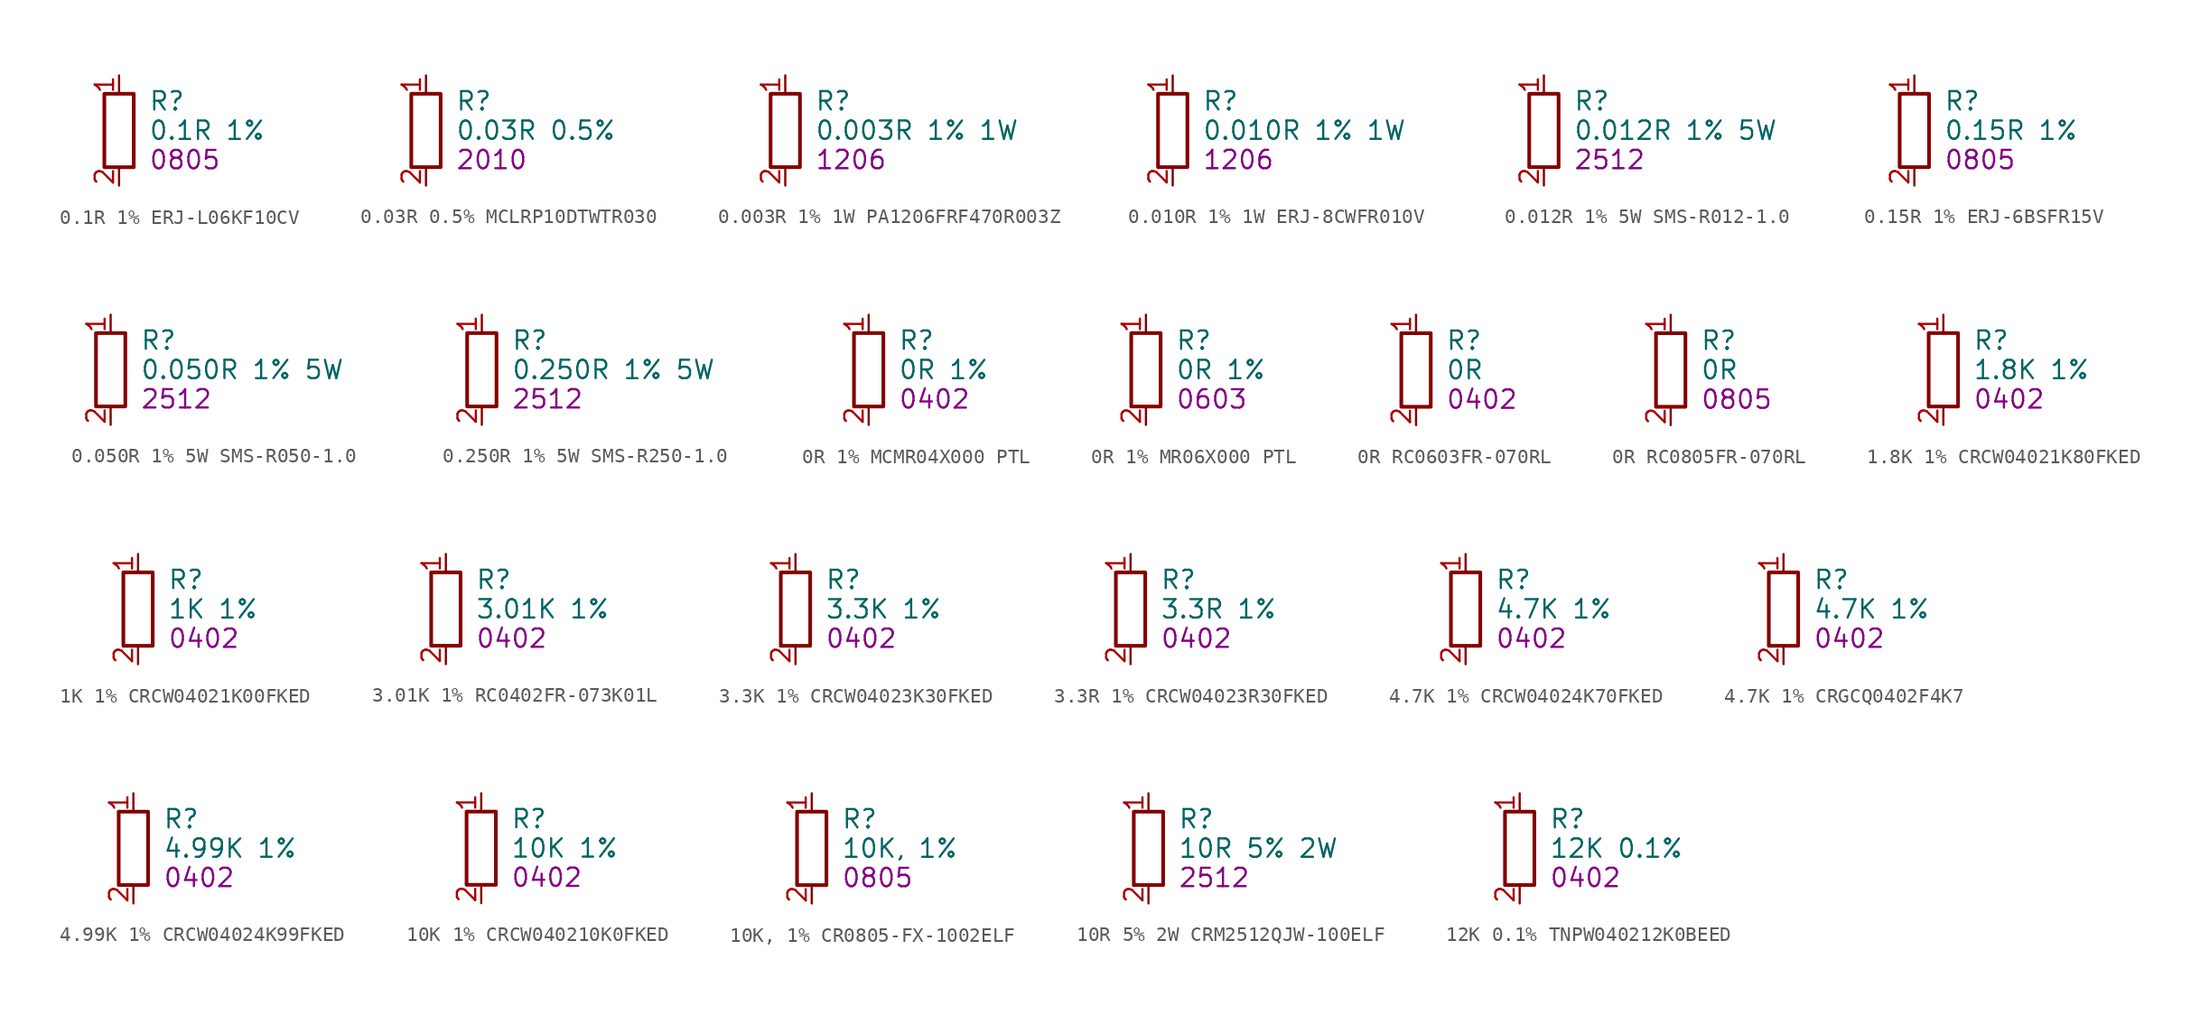
<source format=kicad_sym>
(kicad_symbol_lib
  (version 20241209)
  (generator "dmtdb")
  (generator_version "1.0")
  (symbol "0.1R 1% ERJ-L06KF10CV"
    (property "Reference" "R"
      (at 2.032 2.032 0)
      (effects (font (size 1.27 1.27)) (justify left)))
    (property "Value" "0.1R 1%"
      (at 2.032 0 0)
      (effects (font (size 1.27 1.27)) (justify left)))
    (property "FOOTPRINT_SHORT" "0805"
      (at 2.032 -2.032 0)
      (effects (font (size 1.27 1.27)) (justify left)))
    (symbol "0.1R 1% ERJ-L06KF10CV_0_1"
      (rectangle (start -1.016 2.54) (end 1.016 -2.54) (stroke (width 0.254) (type default)) (fill (type none))))
    (symbol "0.1R 1% ERJ-L06KF10CV_1_1"
      (pin passive line (at 0 3.81 270) (length 1.27) (name "~" (effects (font (size 1.27 1.27)))) (number "1" (effects (font (size 1.27 1.27)))))
      (pin passive line (at 0 -3.81 90) (length 1.27) (name "~" (effects (font (size 1.27 1.27)))) (number "2" (effects (font (size 1.27 1.27)))))))
  (symbol "0.03R 0.5% MCLRP10DTWTR030"
    (property "Reference" "R"
      (at 2.032 2.032 0)
      (effects (font (size 1.27 1.27)) (justify left)))
    (property "Value" "0.03R 0.5%"
      (at 2.032 0 0)
      (effects (font (size 1.27 1.27)) (justify left)))
    (property "FOOTPRINT_SHORT" "2010"
      (at 2.032 -2.032 0)
      (effects (font (size 1.27 1.27)) (justify left)))
    (symbol "0.03R 0.5% MCLRP10DTWTR030_0_1"
      (rectangle (start -1.016 2.54) (end 1.016 -2.54) (stroke (width 0.254) (type default)) (fill (type none))))
    (symbol "0.03R 0.5% MCLRP10DTWTR030_1_1"
      (pin passive line (at 0 3.81 270) (length 1.27) (name "~" (effects (font (size 1.27 1.27)))) (number "1" (effects (font (size 1.27 1.27)))))
      (pin passive line (at 0 -3.81 90) (length 1.27) (name "~" (effects (font (size 1.27 1.27)))) (number "2" (effects (font (size 1.27 1.27)))))))
  (symbol "0.003R 1% 1W PA1206FRF470R003Z"
    (property "Reference" "R"
      (at 2.032 2.032 0)
      (effects (font (size 1.27 1.27)) (justify left)))
    (property "Value" "0.003R 1% 1W"
      (at 2.032 0 0)
      (effects (font (size 1.27 1.27)) (justify left)))
    (property "FOOTPRINT_SHORT" "1206"
      (at 2.032 -2.032 0)
      (effects (font (size 1.27 1.27)) (justify left)))
    (symbol "0.003R 1% 1W PA1206FRF470R003Z_0_1"
      (rectangle (start -1.016 2.54) (end 1.016 -2.54) (stroke (width 0.254) (type default)) (fill (type none))))
    (symbol "0.003R 1% 1W PA1206FRF470R003Z_1_1"
      (pin passive line (at 0 3.81 270) (length 1.27) (name "~" (effects (font (size 1.27 1.27)))) (number "1" (effects (font (size 1.27 1.27)))))
      (pin passive line (at 0 -3.81 90) (length 1.27) (name "~" (effects (font (size 1.27 1.27)))) (number "2" (effects (font (size 1.27 1.27)))))))
  (symbol "0.010R 1% 1W ERJ-8CWFR010V"
    (property "Reference" "R"
      (at 2.032 2.032 0)
      (effects (font (size 1.27 1.27)) (justify left)))
    (property "Value" "0.010R 1% 1W"
      (at 2.032 0 0)
      (effects (font (size 1.27 1.27)) (justify left)))
    (property "FOOTPRINT_SHORT" "1206"
      (at 2.032 -2.032 0)
      (effects (font (size 1.27 1.27)) (justify left)))
    (symbol "0.010R 1% 1W ERJ-8CWFR010V_0_1"
      (rectangle (start -1.016 2.54) (end 1.016 -2.54) (stroke (width 0.254) (type default)) (fill (type none))))
    (symbol "0.010R 1% 1W ERJ-8CWFR010V_1_1"
      (pin passive line (at 0 3.81 270) (length 1.27) (name "~" (effects (font (size 1.27 1.27)))) (number "1" (effects (font (size 1.27 1.27)))))
      (pin passive line (at 0 -3.81 90) (length 1.27) (name "~" (effects (font (size 1.27 1.27)))) (number "2" (effects (font (size 1.27 1.27)))))))
  (symbol "0.012R 1% 5W SMS-R012-1.0"
    (property "Reference" "R"
      (at 2.032 2.032 0)
      (effects (font (size 1.27 1.27)) (justify left)))
    (property "Value" "0.012R 1% 5W"
      (at 2.032 0 0)
      (effects (font (size 1.27 1.27)) (justify left)))
    (property "FOOTPRINT_SHORT" "2512"
      (at 2.032 -2.032 0)
      (effects (font (size 1.27 1.27)) (justify left)))
    (symbol "0.012R 1% 5W SMS-R012-1.0_0_1"
      (rectangle (start -1.016 2.54) (end 1.016 -2.54) (stroke (width 0.254) (type default)) (fill (type none))))
    (symbol "0.012R 1% 5W SMS-R012-1.0_1_1"
      (pin passive line (at 0 3.81 270) (length 1.27) (name "~" (effects (font (size 1.27 1.27)))) (number "1" (effects (font (size 1.27 1.27)))))
      (pin passive line (at 0 -3.81 90) (length 1.27) (name "~" (effects (font (size 1.27 1.27)))) (number "2" (effects (font (size 1.27 1.27)))))))
  (symbol "0.15R 1% ERJ-6BSFR15V"
    (property "Reference" "R"
      (at 2.032 2.032 0)
      (effects (font (size 1.27 1.27)) (justify left)))
    (property "Value" "0.15R 1%"
      (at 2.032 0 0)
      (effects (font (size 1.27 1.27)) (justify left)))
    (property "FOOTPRINT_SHORT" "0805"
      (at 2.032 -2.032 0)
      (effects (font (size 1.27 1.27)) (justify left)))
    (symbol "0.15R 1% ERJ-6BSFR15V_0_1"
      (rectangle (start -1.016 2.54) (end 1.016 -2.54) (stroke (width 0.254) (type default)) (fill (type none))))
    (symbol "0.15R 1% ERJ-6BSFR15V_1_1"
      (pin passive line (at 0 3.81 270) (length 1.27) (name "~" (effects (font (size 1.27 1.27)))) (number "1" (effects (font (size 1.27 1.27)))))
      (pin passive line (at 0 -3.81 90) (length 1.27) (name "~" (effects (font (size 1.27 1.27)))) (number "2" (effects (font (size 1.27 1.27)))))))
  (symbol "0.050R 1% 5W SMS-R050-1.0"
    (property "Reference" "R"
      (at 2.032 2.032 0)
      (effects (font (size 1.27 1.27)) (justify left)))
    (property "Value" "0.050R 1% 5W"
      (at 2.032 0 0)
      (effects (font (size 1.27 1.27)) (justify left)))
    (property "FOOTPRINT_SHORT" "2512"
      (at 2.032 -2.032 0)
      (effects (font (size 1.27 1.27)) (justify left)))
    (symbol "0.050R 1% 5W SMS-R050-1.0_0_1"
      (rectangle (start -1.016 2.54) (end 1.016 -2.54) (stroke (width 0.254) (type default)) (fill (type none))))
    (symbol "0.050R 1% 5W SMS-R050-1.0_1_1"
      (pin passive line (at 0 3.81 270) (length 1.27) (name "~" (effects (font (size 1.27 1.27)))) (number "1" (effects (font (size 1.27 1.27)))))
      (pin passive line (at 0 -3.81 90) (length 1.27) (name "~" (effects (font (size 1.27 1.27)))) (number "2" (effects (font (size 1.27 1.27)))))))
  (symbol "0.250R 1% 5W SMS-R250-1.0"
    (property "Reference" "R"
      (at 2.032 2.032 0)
      (effects (font (size 1.27 1.27)) (justify left)))
    (property "Value" "0.250R 1% 5W"
      (at 2.032 0 0)
      (effects (font (size 1.27 1.27)) (justify left)))
    (property "FOOTPRINT_SHORT" "2512"
      (at 2.032 -2.032 0)
      (effects (font (size 1.27 1.27)) (justify left)))
    (symbol "0.250R 1% 5W SMS-R250-1.0_0_1"
      (rectangle (start -1.016 2.54) (end 1.016 -2.54) (stroke (width 0.254) (type default)) (fill (type none))))
    (symbol "0.250R 1% 5W SMS-R250-1.0_1_1"
      (pin passive line (at 0 3.81 270) (length 1.27) (name "~" (effects (font (size 1.27 1.27)))) (number "1" (effects (font (size 1.27 1.27)))))
      (pin passive line (at 0 -3.81 90) (length 1.27) (name "~" (effects (font (size 1.27 1.27)))) (number "2" (effects (font (size 1.27 1.27)))))))
  (symbol "0R 1% MCMR04X000 PTL"
    (property "Reference" "R"
      (at 2.032 2.032 0)
      (effects (font (size 1.27 1.27)) (justify left)))
    (property "Value" "0R 1%"
      (at 2.032 0 0)
      (effects (font (size 1.27 1.27)) (justify left)))
    (property "FOOTPRINT_SHORT" "0402"
      (at 2.032 -2.032 0)
      (effects (font (size 1.27 1.27)) (justify left)))
    (symbol "0R 1% MCMR04X000 PTL_0_1"
      (rectangle (start -1.016 2.54) (end 1.016 -2.54) (stroke (width 0.254) (type default)) (fill (type none))))
    (symbol "0R 1% MCMR04X000 PTL_1_1"
      (pin passive line (at 0 3.81 270) (length 1.27) (name "~" (effects (font (size 1.27 1.27)))) (number "1" (effects (font (size 1.27 1.27)))))
      (pin passive line (at 0 -3.81 90) (length 1.27) (name "~" (effects (font (size 1.27 1.27)))) (number "2" (effects (font (size 1.27 1.27)))))))
  (symbol "0R 1% MR06X000 PTL"
    (property "Reference" "R"
      (at 2.032 2.032 0)
      (effects (font (size 1.27 1.27)) (justify left)))
    (property "Value" "0R 1%"
      (at 2.032 0 0)
      (effects (font (size 1.27 1.27)) (justify left)))
    (property "FOOTPRINT_SHORT" "0603"
      (at 2.032 -2.032 0)
      (effects (font (size 1.27 1.27)) (justify left)))
    (symbol "0R 1% MR06X000 PTL_0_1"
      (rectangle (start -1.016 2.54) (end 1.016 -2.54) (stroke (width 0.254) (type default)) (fill (type none))))
    (symbol "0R 1% MR06X000 PTL_1_1"
      (pin passive line (at 0 3.81 270) (length 1.27) (name "~" (effects (font (size 1.27 1.27)))) (number "1" (effects (font (size 1.27 1.27)))))
      (pin passive line (at 0 -3.81 90) (length 1.27) (name "~" (effects (font (size 1.27 1.27)))) (number "2" (effects (font (size 1.27 1.27)))))))
  (symbol "0R RC0603FR-070RL"
    (property "Reference" "R"
      (at 2.032 2.032 0)
      (effects (font (size 1.27 1.27)) (justify left)))
    (property "Value" "0R"
      (at 2.032 0 0)
      (effects (font (size 1.27 1.27)) (justify left)))
    (property "FOOTPRINT_SHORT" "0402"
      (at 2.032 -2.032 0)
      (effects (font (size 1.27 1.27)) (justify left)))
    (symbol "0R RC0603FR-070RL_0_1"
      (rectangle (start -1.016 2.54) (end 1.016 -2.54) (stroke (width 0.254) (type default)) (fill (type none))))
    (symbol "0R RC0603FR-070RL_1_1"
      (pin passive line (at 0 3.81 270) (length 1.27) (name "~" (effects (font (size 1.27 1.27)))) (number "1" (effects (font (size 1.27 1.27)))))
      (pin passive line (at 0 -3.81 90) (length 1.27) (name "~" (effects (font (size 1.27 1.27)))) (number "2" (effects (font (size 1.27 1.27)))))))
  (symbol "0R RC0805FR-070RL"
    (property "Reference" "R"
      (at 2.032 2.032 0)
      (effects (font (size 1.27 1.27)) (justify left)))
    (property "Value" "0R"
      (at 2.032 0 0)
      (effects (font (size 1.27 1.27)) (justify left)))
    (property "FOOTPRINT_SHORT" "0805"
      (at 2.032 -2.032 0)
      (effects (font (size 1.27 1.27)) (justify left)))
    (symbol "0R RC0805FR-070RL_0_1"
      (rectangle (start -1.016 2.54) (end 1.016 -2.54) (stroke (width 0.254) (type default)) (fill (type none))))
    (symbol "0R RC0805FR-070RL_1_1"
      (pin passive line (at 0 3.81 270) (length 1.27) (name "~" (effects (font (size 1.27 1.27)))) (number "1" (effects (font (size 1.27 1.27)))))
      (pin passive line (at 0 -3.81 90) (length 1.27) (name "~" (effects (font (size 1.27 1.27)))) (number "2" (effects (font (size 1.27 1.27)))))))
  (symbol "1.8K 1% CRCW04021K80FKED"
    (property "Reference" "R"
      (at 2.032 2.032 0)
      (effects (font (size 1.27 1.27)) (justify left)))
    (property "Value" "1.8K 1%"
      (at 2.032 0 0)
      (effects (font (size 1.27 1.27)) (justify left)))
    (property "FOOTPRINT_SHORT" "0402"
      (at 2.032 -2.032 0)
      (effects (font (size 1.27 1.27)) (justify left)))
    (symbol "1.8K 1% CRCW04021K80FKED_0_1"
      (rectangle (start -1.016 2.54) (end 1.016 -2.54) (stroke (width 0.254) (type default)) (fill (type none))))
    (symbol "1.8K 1% CRCW04021K80FKED_1_1"
      (pin passive line (at 0 3.81 270) (length 1.27) (name "~" (effects (font (size 1.27 1.27)))) (number "1" (effects (font (size 1.27 1.27)))))
      (pin passive line (at 0 -3.81 90) (length 1.27) (name "~" (effects (font (size 1.27 1.27)))) (number "2" (effects (font (size 1.27 1.27)))))))
  (symbol "1K 1% CRCW04021K00FKED"
    (property "Reference" "R"
      (at 2.032 2.032 0)
      (effects (font (size 1.27 1.27)) (justify left)))
    (property "Value" "1K 1%"
      (at 2.032 0 0)
      (effects (font (size 1.27 1.27)) (justify left)))
    (property "FOOTPRINT_SHORT" "0402"
      (at 2.032 -2.032 0)
      (effects (font (size 1.27 1.27)) (justify left)))
    (symbol "1K 1% CRCW04021K00FKED_0_1"
      (rectangle (start -1.016 2.54) (end 1.016 -2.54) (stroke (width 0.254) (type default)) (fill (type none))))
    (symbol "1K 1% CRCW04021K00FKED_1_1"
      (pin passive line (at 0 3.81 270) (length 1.27) (name "~" (effects (font (size 1.27 1.27)))) (number "1" (effects (font (size 1.27 1.27)))))
      (pin passive line (at 0 -3.81 90) (length 1.27) (name "~" (effects (font (size 1.27 1.27)))) (number "2" (effects (font (size 1.27 1.27)))))))
  (symbol "3.01K 1% RC0402FR-073K01L"
    (property "Reference" "R"
      (at 2.032 2.032 0)
      (effects (font (size 1.27 1.27)) (justify left)))
    (property "Value" "3.01K 1%"
      (at 2.032 0 0)
      (effects (font (size 1.27 1.27)) (justify left)))
    (property "FOOTPRINT_SHORT" "0402"
      (at 2.032 -2.032 0)
      (effects (font (size 1.27 1.27)) (justify left)))
    (symbol "3.01K 1% RC0402FR-073K01L_0_1"
      (rectangle (start -1.016 2.54) (end 1.016 -2.54) (stroke (width 0.254) (type default)) (fill (type none))))
    (symbol "3.01K 1% RC0402FR-073K01L_1_1"
      (pin passive line (at 0 3.81 270) (length 1.27) (name "~" (effects (font (size 1.27 1.27)))) (number "1" (effects (font (size 1.27 1.27)))))
      (pin passive line (at 0 -3.81 90) (length 1.27) (name "~" (effects (font (size 1.27 1.27)))) (number "2" (effects (font (size 1.27 1.27)))))))
  (symbol "3.3K 1% CRCW04023K30FKED"
    (property "Reference" "R"
      (at 2.032 2.032 0)
      (effects (font (size 1.27 1.27)) (justify left)))
    (property "Value" "3.3K 1%"
      (at 2.032 0 0)
      (effects (font (size 1.27 1.27)) (justify left)))
    (property "FOOTPRINT_SHORT" "0402"
      (at 2.032 -2.032 0)
      (effects (font (size 1.27 1.27)) (justify left)))
    (symbol "3.3K 1% CRCW04023K30FKED_0_1"
      (rectangle (start -1.016 2.54) (end 1.016 -2.54) (stroke (width 0.254) (type default)) (fill (type none))))
    (symbol "3.3K 1% CRCW04023K30FKED_1_1"
      (pin passive line (at 0 3.81 270) (length 1.27) (name "~" (effects (font (size 1.27 1.27)))) (number "1" (effects (font (size 1.27 1.27)))))
      (pin passive line (at 0 -3.81 90) (length 1.27) (name "~" (effects (font (size 1.27 1.27)))) (number "2" (effects (font (size 1.27 1.27)))))))
  (symbol "3.3R 1% CRCW04023R30FKED"
    (property "Reference" "R"
      (at 2.032 2.032 0)
      (effects (font (size 1.27 1.27)) (justify left)))
    (property "Value" "3.3R 1%"
      (at 2.032 0 0)
      (effects (font (size 1.27 1.27)) (justify left)))
    (property "FOOTPRINT_SHORT" "0402"
      (at 2.032 -2.032 0)
      (effects (font (size 1.27 1.27)) (justify left)))
    (symbol "3.3R 1% CRCW04023R30FKED_0_1"
      (rectangle (start -1.016 2.54) (end 1.016 -2.54) (stroke (width 0.254) (type default)) (fill (type none))))
    (symbol "3.3R 1% CRCW04023R30FKED_1_1"
      (pin passive line (at 0 3.81 270) (length 1.27) (name "~" (effects (font (size 1.27 1.27)))) (number "1" (effects (font (size 1.27 1.27)))))
      (pin passive line (at 0 -3.81 90) (length 1.27) (name "~" (effects (font (size 1.27 1.27)))) (number "2" (effects (font (size 1.27 1.27)))))))
  (symbol "4.7K 1% CRCW04024K70FKED"
    (property "Reference" "R"
      (at 2.032 2.032 0)
      (effects (font (size 1.27 1.27)) (justify left)))
    (property "Value" "4.7K 1%"
      (at 2.032 0 0)
      (effects (font (size 1.27 1.27)) (justify left)))
    (property "FOOTPRINT_SHORT" "0402"
      (at 2.032 -2.032 0)
      (effects (font (size 1.27 1.27)) (justify left)))
    (symbol "4.7K 1% CRCW04024K70FKED_0_1"
      (rectangle (start -1.016 2.54) (end 1.016 -2.54) (stroke (width 0.254) (type default)) (fill (type none))))
    (symbol "4.7K 1% CRCW04024K70FKED_1_1"
      (pin passive line (at 0 3.81 270) (length 1.27) (name "~" (effects (font (size 1.27 1.27)))) (number "1" (effects (font (size 1.27 1.27)))))
      (pin passive line (at 0 -3.81 90) (length 1.27) (name "~" (effects (font (size 1.27 1.27)))) (number "2" (effects (font (size 1.27 1.27)))))))
  (symbol "4.7K 1% CRGCQ0402F4K7"
    (property "Reference" "R"
      (at 2.032 2.032 0)
      (effects (font (size 1.27 1.27)) (justify left)))
    (property "Value" "4.7K 1%"
      (at 2.032 0 0)
      (effects (font (size 1.27 1.27)) (justify left)))
    (property "FOOTPRINT_SHORT" "0402"
      (at 2.032 -2.032 0)
      (effects (font (size 1.27 1.27)) (justify left)))
    (symbol "4.7K 1% CRGCQ0402F4K7_0_1"
      (rectangle (start -1.016 2.54) (end 1.016 -2.54) (stroke (width 0.254) (type default)) (fill (type none))))
    (symbol "4.7K 1% CRGCQ0402F4K7_1_1"
      (pin passive line (at 0 3.81 270) (length 1.27) (name "~" (effects (font (size 1.27 1.27)))) (number "1" (effects (font (size 1.27 1.27)))))
      (pin passive line (at 0 -3.81 90) (length 1.27) (name "~" (effects (font (size 1.27 1.27)))) (number "2" (effects (font (size 1.27 1.27)))))))
  (symbol "4.99K 1% CRCW04024K99FKED"
    (property "Reference" "R"
      (at 2.032 2.032 0)
      (effects (font (size 1.27 1.27)) (justify left)))
    (property "Value" "4.99K 1%"
      (at 2.032 0 0)
      (effects (font (size 1.27 1.27)) (justify left)))
    (property "FOOTPRINT_SHORT" "0402"
      (at 2.032 -2.032 0)
      (effects (font (size 1.27 1.27)) (justify left)))
    (symbol "4.99K 1% CRCW04024K99FKED_0_1"
      (rectangle (start -1.016 2.54) (end 1.016 -2.54) (stroke (width 0.254) (type default)) (fill (type none))))
    (symbol "4.99K 1% CRCW04024K99FKED_1_1"
      (pin passive line (at 0 3.81 270) (length 1.27) (name "~" (effects (font (size 1.27 1.27)))) (number "1" (effects (font (size 1.27 1.27)))))
      (pin passive line (at 0 -3.81 90) (length 1.27) (name "~" (effects (font (size 1.27 1.27)))) (number "2" (effects (font (size 1.27 1.27)))))))
  (symbol "10K 1% CRCW040210K0FKED"
    (property "Reference" "R"
      (at 2.032 2.032 0)
      (effects (font (size 1.27 1.27)) (justify left)))
    (property "Value" "10K 1%"
      (at 2.032 0 0)
      (effects (font (size 1.27 1.27)) (justify left)))
    (property "FOOTPRINT_SHORT" "0402"
      (at 2.032 -2.032 0)
      (effects (font (size 1.27 1.27)) (justify left)))
    (symbol "10K 1% CRCW040210K0FKED_0_1"
      (rectangle (start -1.016 2.54) (end 1.016 -2.54) (stroke (width 0.254) (type default)) (fill (type none))))
    (symbol "10K 1% CRCW040210K0FKED_1_1"
      (pin passive line (at 0 3.81 270) (length 1.27) (name "~" (effects (font (size 1.27 1.27)))) (number "1" (effects (font (size 1.27 1.27)))))
      (pin passive line (at 0 -3.81 90) (length 1.27) (name "~" (effects (font (size 1.27 1.27)))) (number "2" (effects (font (size 1.27 1.27)))))))
  (symbol "10K, 1% CR0805-FX-1002ELF"
    (property "Reference" "R"
      (at 2.032 2.032 0)
      (effects (font (size 1.27 1.27)) (justify left)))
    (property "Value" "10K, 1%"
      (at 2.032 0 0)
      (effects (font (size 1.27 1.27)) (justify left)))
    (property "FOOTPRINT_SHORT" "0805"
      (at 2.032 -2.032 0)
      (effects (font (size 1.27 1.27)) (justify left)))
    (symbol "10K, 1% CR0805-FX-1002ELF_0_1"
      (rectangle (start -1.016 2.54) (end 1.016 -2.54) (stroke (width 0.254) (type default)) (fill (type none))))
    (symbol "10K, 1% CR0805-FX-1002ELF_1_1"
      (pin passive line (at 0 3.81 270) (length 1.27) (name "~" (effects (font (size 1.27 1.27)))) (number "1" (effects (font (size 1.27 1.27)))))
      (pin passive line (at 0 -3.81 90) (length 1.27) (name "~" (effects (font (size 1.27 1.27)))) (number "2" (effects (font (size 1.27 1.27)))))))
  (symbol "10R 5% 2W CRM2512QJW-100ELF"
    (property "Reference" "R"
      (at 2.032 2.032 0)
      (effects (font (size 1.27 1.27)) (justify left)))
    (property "Value" "10R 5% 2W"
      (at 2.032 0 0)
      (effects (font (size 1.27 1.27)) (justify left)))
    (property "FOOTPRINT_SHORT" "2512"
      (at 2.032 -2.032 0)
      (effects (font (size 1.27 1.27)) (justify left)))
    (symbol "10R 5% 2W CRM2512QJW-100ELF_0_1"
      (rectangle (start -1.016 2.54) (end 1.016 -2.54) (stroke (width 0.254) (type default)) (fill (type none))))
    (symbol "10R 5% 2W CRM2512QJW-100ELF_1_1"
      (pin passive line (at 0 3.81 270) (length 1.27) (name "~" (effects (font (size 1.27 1.27)))) (number "1" (effects (font (size 1.27 1.27)))))
      (pin passive line (at 0 -3.81 90) (length 1.27) (name "~" (effects (font (size 1.27 1.27)))) (number "2" (effects (font (size 1.27 1.27)))))))
  (symbol "12K 0.1% TNPW040212K0BEED"
    (property "Reference" "R"
      (at 2.032 2.032 0)
      (effects (font (size 1.27 1.27)) (justify left)))
    (property "Value" "12K 0.1%"
      (at 2.032 0 0)
      (effects (font (size 1.27 1.27)) (justify left)))
    (property "FOOTPRINT_SHORT" "0402"
      (at 2.032 -2.032 0)
      (effects (font (size 1.27 1.27)) (justify left)))
    (symbol "12K 0.1% TNPW040212K0BEED_0_1"
      (rectangle (start -1.016 2.54) (end 1.016 -2.54) (stroke (width 0.254) (type default)) (fill (type none))))
    (symbol "12K 0.1% TNPW040212K0BEED_1_1"
      (pin passive line (at 0 3.81 270) (length 1.27) (name "~" (effects (font (size 1.27 1.27)))) (number "1" (effects (font (size 1.27 1.27)))))
      (pin passive line (at 0 -3.81 90) (length 1.27) (name "~" (effects (font (size 1.27 1.27)))) (number "2" (effects (font (size 1.27 1.27))))))))
</source>
